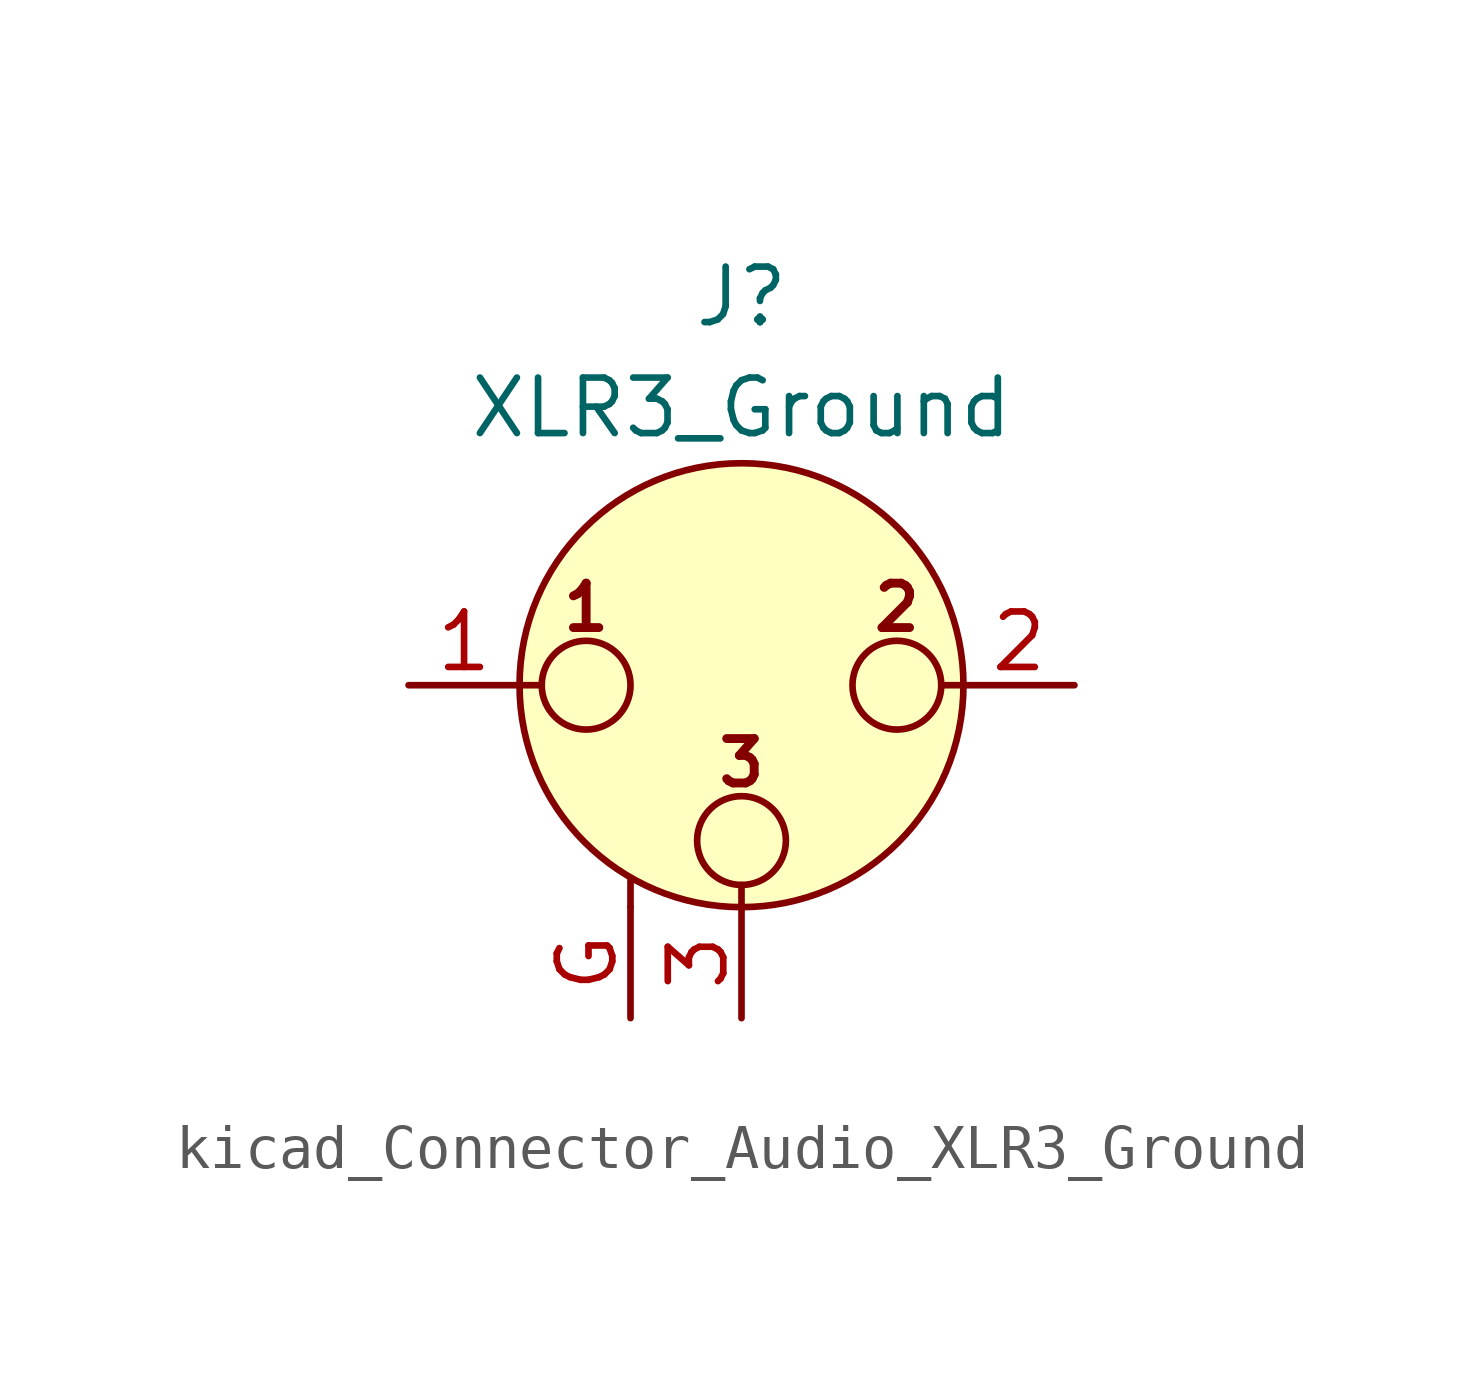
<source format=kicad_sym>
(kicad_symbol_lib
  (version 20220914)
  (generator kicad_symbol_editor)
  (symbol "kicad_Connector_Audio_XLR3_Ground"
    (pin_names hide)
    (property "Reference" "J"
      (at 0 8.89 0)
      (effects (font (size 1.27 1.27))))
    (property "Value" "XLR3_Ground"
      (at 0 6.35 0)
      (effects (font (size 1.27 1.27))))
    (symbol "kicad_Connector_Audio_XLR3_Ground_0_1"
      (circle (center -3.556 0) (radius 1.016) (stroke (width 0) (type default)) (fill (type none)))
      (circle (center 0 -3.556) (radius 1.016) (stroke (width 0) (type default)) (fill (type none)))
      (polyline (pts (xy -5.08 0) (xy -4.572 0)) (stroke (width 0) (type default)) (fill (type none)))
      (polyline (pts (xy -2.54 -5.08) (xy -2.54 -4.445)) (stroke (width 0) (type default)) (fill (type none)))
      (polyline (pts (xy 0 -5.08) (xy 0 -4.572)) (stroke (width 0) (type default)) (fill (type none)))
      (polyline (pts (xy 5.08 0) (xy 4.572 0)) (stroke (width 0) (type default)) (fill (type none)))
      (circle (center 0 0) (radius 5.08) (stroke (width 0) (type default)) (fill (type background)))
      (circle (center 3.556 0) (radius 1.016) (stroke (width 0) (type default)) (fill (type none)))
      (text "1" (at -3.556 1.778 0) (effects (font (size 1.016 1.016) bold)))
      (text "2" (at 3.556 1.778 0) (effects (font (size 1.016 1.016) bold)))
      (text "3" (at 0 -1.778 0) (effects (font (size 1.016 1.016) bold)))
      (pin passive line (at -7.62 0 0) (length 2.54) (name "~" (effects (font (size 1.27 1.27)))) (number "1" (effects (font (size 1.27 1.27)))))
      (pin passive line (at 7.62 0 180) (length 2.54) (name "~" (effects (font (size 1.27 1.27)))) (number "2" (effects (font (size 1.27 1.27)))))
      (pin passive line (at 0 -7.62 90) (length 2.54) (name "~" (effects (font (size 1.27 1.27)))) (number "3" (effects (font (size 1.27 1.27))))))
    (symbol "kicad_Connector_Audio_XLR3_Ground_1_1"
      (pin passive line (at -2.54 -7.62 90) (length 2.54) (name "~" (effects (font (size 1.27 1.27)))) (number "G" (effects (font (size 1.27 1.27))))))))
</source>
